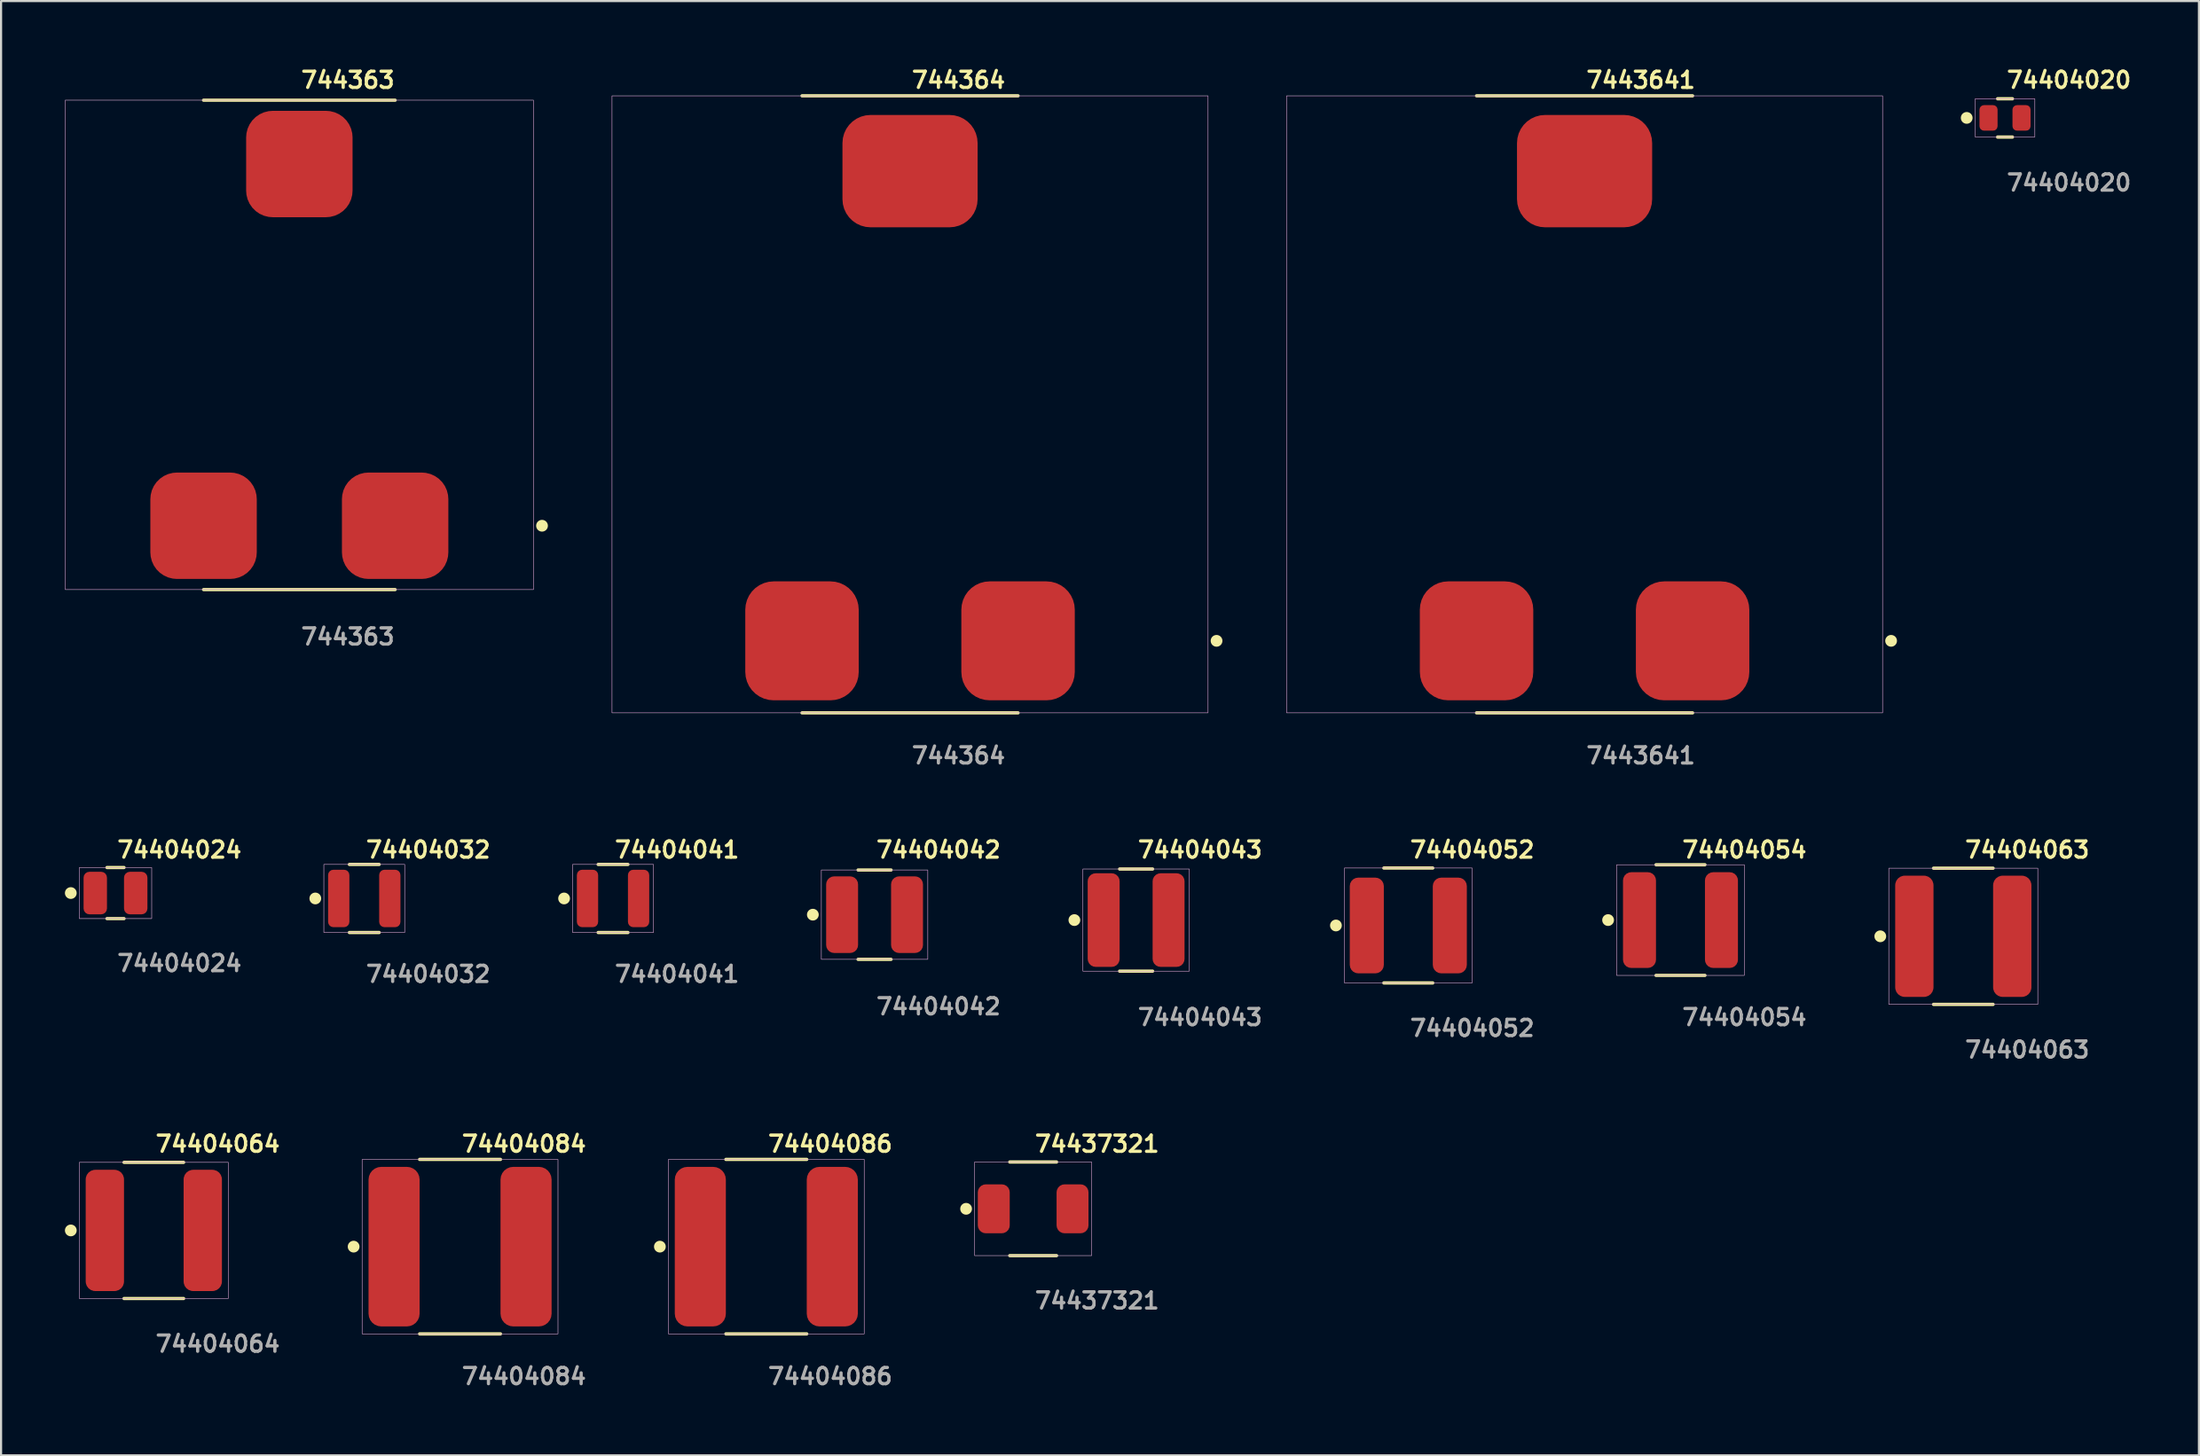
<source format=kicad_pcb>
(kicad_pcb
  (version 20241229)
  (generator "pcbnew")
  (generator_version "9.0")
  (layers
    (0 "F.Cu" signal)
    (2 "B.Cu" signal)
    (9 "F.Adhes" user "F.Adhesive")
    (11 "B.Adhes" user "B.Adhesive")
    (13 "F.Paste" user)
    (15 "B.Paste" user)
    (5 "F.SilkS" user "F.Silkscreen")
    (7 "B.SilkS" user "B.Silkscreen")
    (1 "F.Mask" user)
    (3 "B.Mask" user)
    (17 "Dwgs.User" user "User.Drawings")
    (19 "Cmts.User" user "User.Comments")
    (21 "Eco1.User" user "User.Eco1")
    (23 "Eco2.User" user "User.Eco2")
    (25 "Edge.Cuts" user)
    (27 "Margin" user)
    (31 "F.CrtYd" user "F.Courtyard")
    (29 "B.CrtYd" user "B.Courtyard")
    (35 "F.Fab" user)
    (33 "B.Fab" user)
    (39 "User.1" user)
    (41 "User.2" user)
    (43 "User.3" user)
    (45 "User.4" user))
  (footprint "74404052"
    (layer "F.Cu")
    (at 63.11 40.446)
    (property "Reference" "74404052" (at 0 -3.556 0) (unlocked yes) (layer "F.SilkS") (effects (font (size 0.762 0.762) (thickness 0.152)) (justify left)))
    (fp_line (start 1.15 -2.7) (end -1.15 -2.7) (stroke (width 0.152) (type solid)) (layer "F.SilkS"))
    (fp_line (start 1.15 2.7) (end -1.15 2.7) (stroke (width 0.152) (type solid)) (layer "F.SilkS"))
    (fp_circle (center -3.4 0) (end -3.6 0) (stroke (width 0.152) (type solid)) (fill yes) (layer "F.SilkS"))
    (fp_rect (start -3 -2.7) (end 3 2.7) (stroke (width 0.006) (type solid)) (fill no) (layer "F.CrtYd"))
    (fp_rect (start -3 -2.7) (end 3 2.7) (stroke (width 0.025) (type default)) (fill no) (layer "F.Fab"))
    (fp_text user "${REFERENCE}" (at 0 4.826 0) (unlocked yes) (layer "F.Fab") (effects (font (size 0.762 0.762) (thickness 0.152)) (justify left)))
    (pad "1" smd roundrect (at -1.95 0) (size 1.6 4.5) (layers "F.Cu" "F.Mask" "F.Paste") (roundrect_rratio 0.25))
    (pad "2" smd roundrect (at 1.95 0) (size 1.6 4.5) (layers "F.Cu" "F.Mask" "F.Paste") (roundrect_rratio 0.25)))
  (footprint "74404032"
    (layer "F.Cu")
    (at 14.063 39.176)
    (property "Reference" "74404032" (at 0 -2.286 0) (unlocked yes) (layer "F.SilkS") (effects (font (size 0.762 0.762) (thickness 0.152)) (justify left)))
    (fp_line (start 0.7 -1.6) (end -0.7 -1.6) (stroke (width 0.152) (type solid)) (layer "F.SilkS"))
    (fp_line (start 0.7 1.6) (end -0.7 1.6) (stroke (width 0.152) (type solid)) (layer "F.SilkS"))
    (fp_circle (center -2.3 0) (end -2.5 0) (stroke (width 0.152) (type solid)) (fill yes) (layer "F.SilkS"))
    (fp_rect (start -1.9 -1.6) (end 1.9 1.6) (stroke (width 0.006) (type solid)) (fill no) (layer "F.CrtYd"))
    (fp_rect (start -1.9 -1.6) (end 1.9 1.6) (stroke (width 0.025) (type default)) (fill no) (layer "F.Fab"))
    (fp_text user "${REFERENCE}" (at 0 3.556 0) (unlocked yes) (layer "F.Fab") (effects (font (size 0.762 0.762) (thickness 0.152)) (justify left)))
    (pad "1" smd roundrect (at -1.2 0) (size 1 2.7) (layers "F.Cu" "F.Mask" "F.Paste") (roundrect_rratio 0.25))
    (pad "2" smd roundrect (at 1.2 0) (size 1 2.7) (layers "F.Cu" "F.Mask" "F.Paste") (roundrect_rratio 0.25)))
  (footprint "74404063"
    (layer "F.Cu")
    (at 89.183 40.954)
    (property "Reference" "74404063" (at 0 -4.064 0) (unlocked yes) (layer "F.SilkS") (effects (font (size 0.762 0.762) (thickness 0.152)) (justify left)))
    (fp_line (start 1.4 -3.2) (end -1.4 -3.2) (stroke (width 0.152) (type solid)) (layer "F.SilkS"))
    (fp_line (start 1.4 3.2) (end -1.4 3.2) (stroke (width 0.152) (type solid)) (layer "F.SilkS"))
    (fp_circle (center -3.9 0) (end -4.1 0) (stroke (width 0.152) (type solid)) (fill yes) (layer "F.SilkS"))
    (fp_rect (start -3.5 -3.2) (end 3.5 3.2) (stroke (width 0.006) (type solid)) (fill no) (layer "F.CrtYd"))
    (fp_rect (start -3.5 -3.2) (end 3.5 3.2) (stroke (width 0.025) (type default)) (fill no) (layer "F.Fab"))
    (fp_text user "${REFERENCE}" (at 0 5.334 0) (unlocked yes) (layer "F.Fab") (effects (font (size 0.762 0.762) (thickness 0.152)) (justify left)))
    (pad "1" smd roundrect (at -2.3 0) (size 1.8 5.7) (layers "F.Cu" "F.Mask" "F.Paste") (roundrect_rratio 0.25))
    (pad "2" smd roundrect (at 2.3 0) (size 1.8 5.7) (layers "F.Cu" "F.Mask" "F.Paste") (roundrect_rratio 0.25)))
  (footprint "7443641"
    (layer "F.Cu")
    (at 71.391 15.953)
    (property "Reference" "7443641" (at 0 -15.24 0) (unlocked yes) (layer "F.SilkS") (effects (font (size 0.762 0.762) (thickness 0.152)) (justify left)))
    (fp_line (start 5.075 -14.5) (end -5.075 -14.5) (stroke (width 0.152) (type solid)) (layer "F.SilkS"))
    (fp_line (start 5.075 14.5) (end -5.075 14.5) (stroke (width 0.152) (type solid)) (layer "F.SilkS"))
    (fp_circle (center 14.4 11.115) (end 14.2 11.115) (stroke (width 0.152) (type solid)) (fill yes) (layer "F.SilkS"))
    (fp_rect (start -14 -14.5) (end 14 14.5) (stroke (width 0.006) (type solid)) (fill no) (layer "F.CrtYd"))
    (fp_rect (start -14 -14.5) (end 14 14.5) (stroke (width 0.025) (type default)) (fill no) (layer "F.Fab"))
    (fp_text user "${REFERENCE}" (at 0 16.51 0) (unlocked yes) (layer "F.Fab") (effects (font (size 0.762 0.762) (thickness 0.152)) (justify left)))
    (pad "1" smd roundrect (at -5.075 11.115) (size 5.33 5.59) (layers "F.Cu" "F.Mask" "F.Paste") (roundrect_rratio 0.25))
    (pad "2" smd roundrect (at 5.075 11.115) (size 5.33 5.59) (layers "F.Cu" "F.Mask" "F.Paste") (roundrect_rratio 0.25))
    (pad "3" smd roundrect (at 0 -10.96) (size 6.35 5.28) (layers "F.Cu" "F.Mask" "F.Paste") (roundrect_rratio 0.25)))
  (footprint "744363"
    (layer "F.Cu")
    (at 11.013 13.159)
    (property "Reference" "744363" (at 0 -12.446 0) (unlocked yes) (layer "F.SilkS") (effects (font (size 0.762 0.762) (thickness 0.152)) (justify left)))
    (fp_line (start 4.5 -11.5) (end -4.5 -11.5) (stroke (width 0.152) (type solid)) (layer "F.SilkS"))
    (fp_line (start 4.5 11.5) (end -4.5 11.5) (stroke (width 0.152) (type solid)) (layer "F.SilkS"))
    (fp_circle (center 11.4 8.5) (end 11.2 8.5) (stroke (width 0.152) (type solid)) (fill yes) (layer "F.SilkS"))
    (fp_rect (start -11 -11.5) (end 11 11.5) (stroke (width 0.006) (type solid)) (fill no) (layer "F.CrtYd"))
    (fp_rect (start -11 -11.5) (end 11 11.5) (stroke (width 0.025) (type default)) (fill no) (layer "F.Fab"))
    (fp_text user "${REFERENCE}" (at 0 13.716 0) (unlocked yes) (layer "F.Fab") (effects (font (size 0.762 0.762) (thickness 0.152)) (justify left)))
    (pad "1" smd roundrect (at -4.5 8.5) (size 5 5) (layers "F.Cu" "F.Mask" "F.Paste") (roundrect_rratio 0.25))
    (pad "2" smd roundrect (at 4.5 8.5) (size 5 5) (layers "F.Cu" "F.Mask" "F.Paste") (roundrect_rratio 0.25))
    (pad "3" smd roundrect (at 0 -8.5) (size 5 5) (layers "F.Cu" "F.Mask" "F.Paste") (roundrect_rratio 0.25)))
  (footprint "74404041"
    (layer "F.Cu")
    (at 25.75 39.176)
    (property "Reference" "74404041" (at 0 -2.286 0) (unlocked yes) (layer "F.SilkS") (effects (font (size 0.762 0.762) (thickness 0.152)) (justify left)))
    (fp_line (start 0.7 -1.6) (end -0.7 -1.6) (stroke (width 0.152) (type solid)) (layer "F.SilkS"))
    (fp_line (start 0.7 1.6) (end -0.7 1.6) (stroke (width 0.152) (type solid)) (layer "F.SilkS"))
    (fp_circle (center -2.3 0) (end -2.5 0) (stroke (width 0.152) (type solid)) (fill yes) (layer "F.SilkS"))
    (fp_rect (start -1.9 -1.6) (end 1.9 1.6) (stroke (width 0.006) (type solid)) (fill no) (layer "F.CrtYd"))
    (fp_rect (start -1.9 -1.6) (end 1.9 1.6) (stroke (width 0.025) (type default)) (fill no) (layer "F.Fab"))
    (fp_text user "${REFERENCE}" (at 0 3.556 0) (unlocked yes) (layer "F.Fab") (effects (font (size 0.762 0.762) (thickness 0.152)) (justify left)))
    (pad "1" smd roundrect (at -1.2 0) (size 1 2.7) (layers "F.Cu" "F.Mask" "F.Paste") (roundrect_rratio 0.25))
    (pad "2" smd roundrect (at 1.2 0) (size 1 2.7) (layers "F.Cu" "F.Mask" "F.Paste") (roundrect_rratio 0.25)))
  (footprint "744364"
    (layer "F.Cu")
    (at 39.702 15.953)
    (property "Reference" "744364" (at 0 -15.24 0) (unlocked yes) (layer "F.SilkS") (effects (font (size 0.762 0.762) (thickness 0.152)) (justify left)))
    (fp_line (start 5.075 -14.5) (end -5.075 -14.5) (stroke (width 0.152) (type solid)) (layer "F.SilkS"))
    (fp_line (start 5.075 14.5) (end -5.075 14.5) (stroke (width 0.152) (type solid)) (layer "F.SilkS"))
    (fp_circle (center 14.4 11.115) (end 14.2 11.115) (stroke (width 0.152) (type solid)) (fill yes) (layer "F.SilkS"))
    (fp_rect (start -14 -14.5) (end 14 14.5) (stroke (width 0.006) (type solid)) (fill no) (layer "F.CrtYd"))
    (fp_rect (start -14 -14.5) (end 14 14.5) (stroke (width 0.025) (type default)) (fill no) (layer "F.Fab"))
    (fp_text user "${REFERENCE}" (at 0 16.51 0) (unlocked yes) (layer "F.Fab") (effects (font (size 0.762 0.762) (thickness 0.152)) (justify left)))
    (pad "1" smd roundrect (at -5.075 11.115) (size 5.33 5.59) (layers "F.Cu" "F.Mask" "F.Paste") (roundrect_rratio 0.25))
    (pad "2" smd roundrect (at 5.075 11.115) (size 5.33 5.59) (layers "F.Cu" "F.Mask" "F.Paste") (roundrect_rratio 0.25))
    (pad "3" smd roundrect (at 0 -10.96) (size 6.35 5.28) (layers "F.Cu" "F.Mask" "F.Paste") (roundrect_rratio 0.25)))
  (footprint "74404020"
    (layer "F.Cu")
    (at 91.143 2.491)
    (property "Reference" "74404020" (at 0 -1.778 0) (unlocked yes) (layer "F.SilkS") (effects (font (size 0.762 0.762) (thickness 0.152)) (justify left)))
    (fp_line (start 0.35 -0.9) (end -0.35 -0.9) (stroke (width 0.152) (type solid)) (layer "F.SilkS"))
    (fp_line (start 0.35 0.9) (end -0.35 0.9) (stroke (width 0.152) (type solid)) (layer "F.SilkS"))
    (fp_circle (center -1.8 0) (end -2 0) (stroke (width 0.152) (type solid)) (fill yes) (layer "F.SilkS"))
    (fp_rect (start -1.4 -0.9) (end 1.4 0.9) (stroke (width 0.006) (type solid)) (fill no) (layer "F.CrtYd"))
    (fp_rect (start -1.4 -0.9) (end 1.4 0.9) (stroke (width 0.025) (type default)) (fill no) (layer "F.Fab"))
    (fp_text user "${REFERENCE}" (at 0 3.048 0) (unlocked yes) (layer "F.Fab") (effects (font (size 0.762 0.762) (thickness 0.152)) (justify left)))
    (pad "1" smd roundrect (at -0.775 0) (size 0.85 1.2) (layers "F.Cu" "F.Mask" "F.Paste") (roundrect_rratio 0.25))
    (pad "2" smd roundrect (at 0.775 0) (size 0.85 1.2) (layers "F.Cu" "F.Mask" "F.Paste") (roundrect_rratio 0.25)))
  (footprint "74404024"
    (layer "F.Cu")
    (at 2.376 38.922)
    (property "Reference" "74404024" (at 0 -2.032 0) (unlocked yes) (layer "F.SilkS") (effects (font (size 0.762 0.762) (thickness 0.152)) (justify left)))
    (fp_line (start 0.4 -1.2) (end -0.4 -1.2) (stroke (width 0.152) (type solid)) (layer "F.SilkS"))
    (fp_line (start 0.4 1.2) (end -0.4 1.2) (stroke (width 0.152) (type solid)) (layer "F.SilkS"))
    (fp_circle (center -2.1 0) (end -2.3 0) (stroke (width 0.152) (type solid)) (fill yes) (layer "F.SilkS"))
    (fp_rect (start -1.7 -1.2) (end 1.7 1.2) (stroke (width 0.006) (type solid)) (fill no) (layer "F.CrtYd"))
    (fp_rect (start -1.7 -1.2) (end 1.7 1.2) (stroke (width 0.025) (type default)) (fill no) (layer "F.Fab"))
    (fp_text user "${REFERENCE}" (at 0 3.302 0) (unlocked yes) (layer "F.Fab") (effects (font (size 0.762 0.762) (thickness 0.152)) (justify left)))
    (pad "1" smd roundrect (at -0.95 0) (size 1.1 2) (layers "F.Cu" "F.Mask" "F.Paste") (roundrect_rratio 0.25))
    (pad "2" smd roundrect (at 0.95 0) (size 1.1 2) (layers "F.Cu" "F.Mask" "F.Paste") (roundrect_rratio 0.25)))
  (footprint "74404054"
    (layer "F.Cu")
    (at 75.896 40.192)
    (property "Reference" "74404054" (at 0 -3.302 0) (unlocked yes) (layer "F.SilkS") (effects (font (size 0.762 0.762) (thickness 0.152)) (justify left)))
    (fp_line (start 1.15 -2.6) (end -1.15 -2.6) (stroke (width 0.152) (type solid)) (layer "F.SilkS"))
    (fp_line (start 1.15 2.6) (end -1.15 2.6) (stroke (width 0.152) (type solid)) (layer "F.SilkS"))
    (fp_circle (center -3.4 0) (end -3.6 0) (stroke (width 0.152) (type solid)) (fill yes) (layer "F.SilkS"))
    (fp_rect (start -3 -2.6) (end 3 2.6) (stroke (width 0.006) (type solid)) (fill no) (layer "F.CrtYd"))
    (fp_rect (start -3 -2.6) (end 3 2.6) (stroke (width 0.025) (type default)) (fill no) (layer "F.Fab"))
    (fp_text user "${REFERENCE}" (at 0 4.572 0) (unlocked yes) (layer "F.Fab") (effects (font (size 0.762 0.762) (thickness 0.152)) (justify left)))
    (pad "1" smd roundrect (at -1.925 0) (size 1.55 4.5) (layers "F.Cu" "F.Mask" "F.Paste") (roundrect_rratio 0.25))
    (pad "2" smd roundrect (at 1.925 0) (size 1.55 4.5) (layers "F.Cu" "F.Mask" "F.Paste") (roundrect_rratio 0.25)))
  (footprint "74404042"
    (layer "F.Cu")
    (at 38.036 39.938)
    (property "Reference" "74404042" (at 0 -3.048 0) (unlocked yes) (layer "F.SilkS") (effects (font (size 0.762 0.762) (thickness 0.152)) (justify left)))
    (fp_line (start 0.775 -2.1) (end -0.775 -2.1) (stroke (width 0.152) (type solid)) (layer "F.SilkS"))
    (fp_line (start 0.775 2.1) (end -0.775 2.1) (stroke (width 0.152) (type solid)) (layer "F.SilkS"))
    (fp_circle (center -2.9 0) (end -3.1 0) (stroke (width 0.152) (type solid)) (fill yes) (layer "F.SilkS"))
    (fp_rect (start -2.5 -2.1) (end 2.5 2.1) (stroke (width 0.006) (type solid)) (fill no) (layer "F.CrtYd"))
    (fp_rect (start -2.5 -2.1) (end 2.5 2.1) (stroke (width 0.025) (type default)) (fill no) (layer "F.Fab"))
    (fp_text user "${REFERENCE}" (at 0 4.318 0) (unlocked yes) (layer "F.Fab") (effects (font (size 0.762 0.762) (thickness 0.152)) (justify left)))
    (pad "1" smd roundrect (at -1.525 0) (size 1.5 3.6) (layers "F.Cu" "F.Mask" "F.Paste") (roundrect_rratio 0.25))
    (pad "2" smd roundrect (at 1.525 0) (size 1.5 3.6) (layers "F.Cu" "F.Mask" "F.Paste") (roundrect_rratio 0.25)))
  (footprint "74404084"
    (layer "F.Cu")
    (at 18.563 55.54)
    (property "Reference" "74404084" (at 0 -4.826 0) (unlocked yes) (layer "F.SilkS") (effects (font (size 0.762 0.762) (thickness 0.152)) (justify left)))
    (fp_line (start 1.9 -4.1) (end -1.9 -4.1) (stroke (width 0.152) (type solid)) (layer "F.SilkS"))
    (fp_line (start 1.9 4.1) (end -1.9 4.1) (stroke (width 0.152) (type solid)) (layer "F.SilkS"))
    (fp_circle (center -5 0) (end -5.2 0) (stroke (width 0.152) (type solid)) (fill yes) (layer "F.SilkS"))
    (fp_rect (start -4.6 -4.1) (end 4.6 4.1) (stroke (width 0.006) (type solid)) (fill no) (layer "F.CrtYd"))
    (fp_rect (start -4.6 -4.1) (end 4.6 4.1) (stroke (width 0.025) (type default)) (fill no) (layer "F.Fab"))
    (fp_text user "${REFERENCE}" (at 0 6.096 0) (unlocked yes) (layer "F.Fab") (effects (font (size 0.762 0.762) (thickness 0.152)) (justify left)))
    (pad "1" smd roundrect (at -3.1 0) (size 2.4 7.5) (layers "F.Cu" "F.Mask" "F.Paste") (roundrect_rratio 0.25))
    (pad "2" smd roundrect (at 3.1 0) (size 2.4 7.5) (layers "F.Cu" "F.Mask" "F.Paste") (roundrect_rratio 0.25)))
  (footprint "74404086"
    (layer "F.Cu")
    (at 32.95 55.54)
    (property "Reference" "74404086" (at 0 -4.826 0) (unlocked yes) (layer "F.SilkS") (effects (font (size 0.762 0.762) (thickness 0.152)) (justify left)))
    (fp_line (start 1.9 -4.1) (end -1.9 -4.1) (stroke (width 0.152) (type solid)) (layer "F.SilkS"))
    (fp_line (start 1.9 4.1) (end -1.9 4.1) (stroke (width 0.152) (type solid)) (layer "F.SilkS"))
    (fp_circle (center -5 0) (end -5.2 0) (stroke (width 0.152) (type solid)) (fill yes) (layer "F.SilkS"))
    (fp_rect (start -4.6 -4.1) (end 4.6 4.1) (stroke (width 0.006) (type solid)) (fill no) (layer "F.CrtYd"))
    (fp_rect (start -4.6 -4.1) (end 4.6 4.1) (stroke (width 0.025) (type default)) (fill no) (layer "F.Fab"))
    (fp_text user "${REFERENCE}" (at 0 6.096 0) (unlocked yes) (layer "F.Fab") (effects (font (size 0.762 0.762) (thickness 0.152)) (justify left)))
    (pad "1" smd roundrect (at -3.1 0) (size 2.4 7.5) (layers "F.Cu" "F.Mask" "F.Paste") (roundrect_rratio 0.25))
    (pad "2" smd roundrect (at 3.1 0) (size 2.4 7.5) (layers "F.Cu" "F.Mask" "F.Paste") (roundrect_rratio 0.25)))
  (footprint "74404064"
    (layer "F.Cu")
    (at 4.176 54.778)
    (property "Reference" "74404064" (at 0 -4.064 0) (unlocked yes) (layer "F.SilkS") (effects (font (size 0.762 0.762) (thickness 0.152)) (justify left)))
    (fp_line (start 1.4 -3.2) (end -1.4 -3.2) (stroke (width 0.152) (type solid)) (layer "F.SilkS"))
    (fp_line (start 1.4 3.2) (end -1.4 3.2) (stroke (width 0.152) (type solid)) (layer "F.SilkS"))
    (fp_circle (center -3.9 0) (end -4.1 0) (stroke (width 0.152) (type solid)) (fill yes) (layer "F.SilkS"))
    (fp_rect (start -3.5 -3.2) (end 3.5 3.2) (stroke (width 0.006) (type solid)) (fill no) (layer "F.CrtYd"))
    (fp_rect (start -3.5 -3.2) (end 3.5 3.2) (stroke (width 0.025) (type default)) (fill no) (layer "F.Fab"))
    (fp_text user "${REFERENCE}" (at 0 5.334 0) (unlocked yes) (layer "F.Fab") (effects (font (size 0.762 0.762) (thickness 0.152)) (justify left)))
    (pad "1" smd roundrect (at -2.3 0) (size 1.8 5.7) (layers "F.Cu" "F.Mask" "F.Paste") (roundrect_rratio 0.25))
    (pad "2" smd roundrect (at 2.3 0) (size 1.8 5.7) (layers "F.Cu" "F.Mask" "F.Paste") (roundrect_rratio 0.25)))
  (footprint "74404043"
    (layer "F.Cu")
    (at 50.323 40.192)
    (property "Reference" "74404043" (at 0 -3.302 0) (unlocked yes) (layer "F.SilkS") (effects (font (size 0.762 0.762) (thickness 0.152)) (justify left)))
    (fp_line (start 0.775 -2.4) (end -0.775 -2.4) (stroke (width 0.152) (type solid)) (layer "F.SilkS"))
    (fp_line (start 0.775 2.4) (end -0.775 2.4) (stroke (width 0.152) (type solid)) (layer "F.SilkS"))
    (fp_circle (center -2.9 0) (end -3.1 0) (stroke (width 0.152) (type solid)) (fill yes) (layer "F.SilkS"))
    (fp_rect (start -2.5 -2.4) (end 2.5 2.4) (stroke (width 0.006) (type solid)) (fill no) (layer "F.CrtYd"))
    (fp_rect (start -2.5 -2.4) (end 2.5 2.4) (stroke (width 0.025) (type default)) (fill no) (layer "F.Fab"))
    (fp_text user "${REFERENCE}" (at 0 4.572 0) (unlocked yes) (layer "F.Fab") (effects (font (size 0.762 0.762) (thickness 0.152)) (justify left)))
    (pad "1" smd roundrect (at -1.525 0) (size 1.5 4.4) (layers "F.Cu" "F.Mask" "F.Paste") (roundrect_rratio 0.25))
    (pad "2" smd roundrect (at 1.525 0) (size 1.5 4.4) (layers "F.Cu" "F.Mask" "F.Paste") (roundrect_rratio 0.25)))
  (footprint "74437321"
    (layer "F.Cu")
    (at 45.486 53.762)
    (property "Reference" "74437321" (at 0 -3.048 0) (unlocked yes) (layer "F.SilkS") (effects (font (size 0.762 0.762) (thickness 0.152)) (justify left)))
    (fp_line (start 1.1 -2.2) (end -1.1 -2.2) (stroke (width 0.152) (type solid)) (layer "F.SilkS"))
    (fp_line (start 1.1 2.2) (end -1.1 2.2) (stroke (width 0.152) (type solid)) (layer "F.SilkS"))
    (fp_circle (center -3.15 0) (end -3.35 0) (stroke (width 0.152) (type solid)) (fill yes) (layer "F.SilkS"))
    (fp_rect (start -2.75 -2.2) (end 2.75 2.2) (stroke (width 0.006) (type solid)) (fill no) (layer "F.CrtYd"))
    (fp_rect (start -2.75 -2.2) (end 2.75 2.2) (stroke (width 0.025) (type default)) (fill no) (layer "F.Fab"))
    (fp_text user "${REFERENCE}" (at 0 4.318 0) (unlocked yes) (layer "F.Fab") (effects (font (size 0.762 0.762) (thickness 0.152)) (justify left)))
    (pad "1" smd roundrect (at -1.85 0) (size 1.5 2.3) (layers "F.Cu" "F.Mask" "F.Paste") (roundrect_rratio 0.25))
    (pad "2" smd roundrect (at 1.85 0) (size 1.5 2.3) (layers "F.Cu" "F.Mask" "F.Paste") (roundrect_rratio 0.25)))
  (gr_rect
    (start -3 -3)
    (end 100.253 65.349)
    (stroke (width 0.1) (type default))
    (fill no)
    (layer "Edge.Cuts")))
</source>
